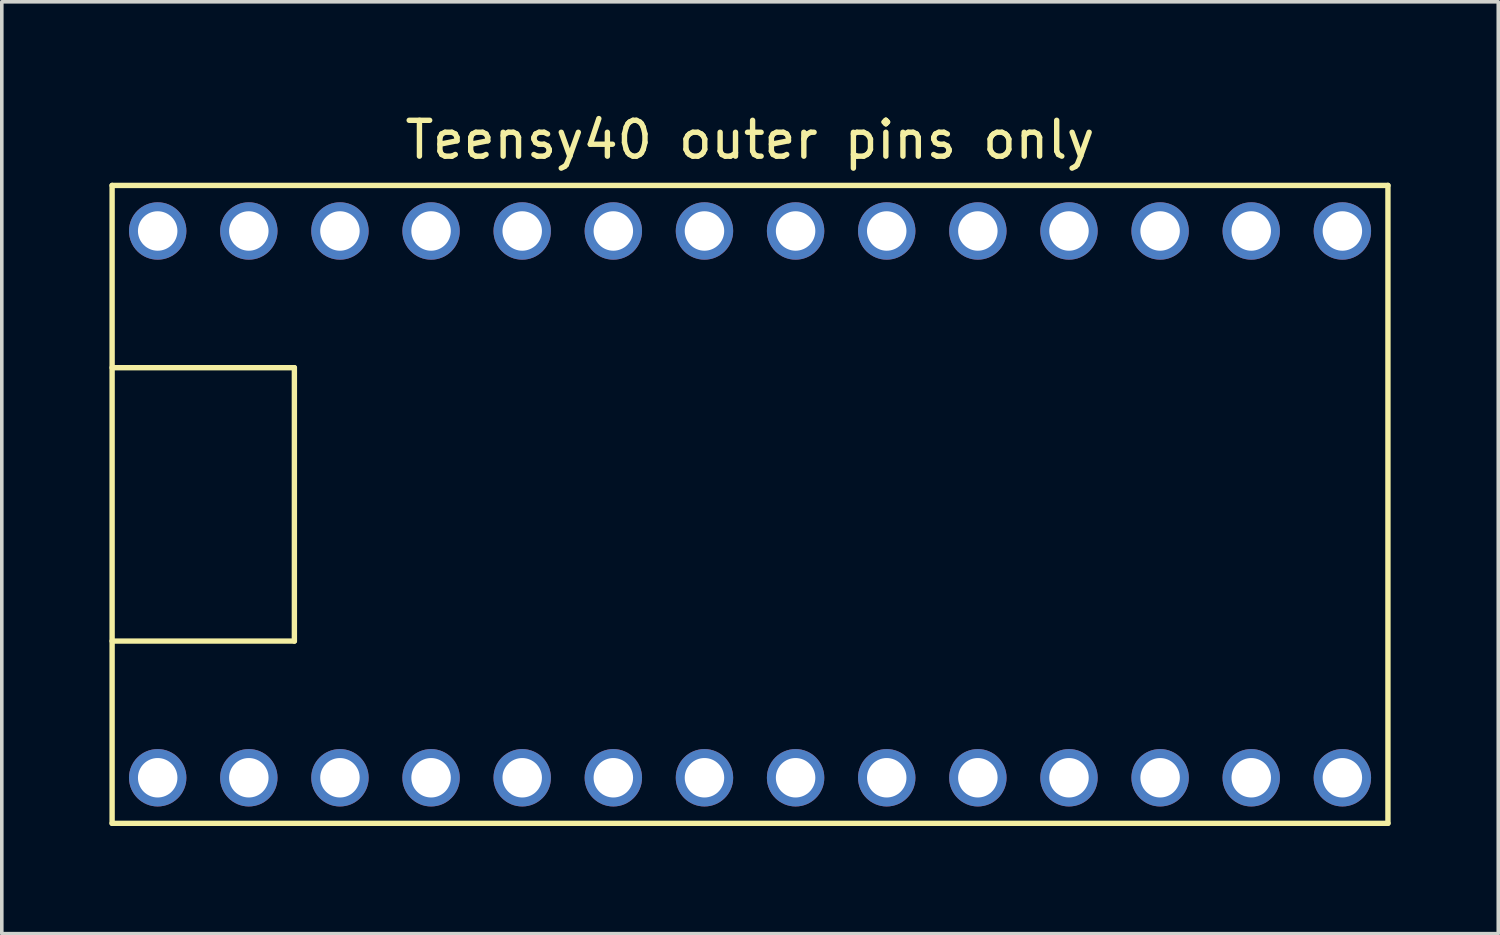
<source format=kicad_pcb>
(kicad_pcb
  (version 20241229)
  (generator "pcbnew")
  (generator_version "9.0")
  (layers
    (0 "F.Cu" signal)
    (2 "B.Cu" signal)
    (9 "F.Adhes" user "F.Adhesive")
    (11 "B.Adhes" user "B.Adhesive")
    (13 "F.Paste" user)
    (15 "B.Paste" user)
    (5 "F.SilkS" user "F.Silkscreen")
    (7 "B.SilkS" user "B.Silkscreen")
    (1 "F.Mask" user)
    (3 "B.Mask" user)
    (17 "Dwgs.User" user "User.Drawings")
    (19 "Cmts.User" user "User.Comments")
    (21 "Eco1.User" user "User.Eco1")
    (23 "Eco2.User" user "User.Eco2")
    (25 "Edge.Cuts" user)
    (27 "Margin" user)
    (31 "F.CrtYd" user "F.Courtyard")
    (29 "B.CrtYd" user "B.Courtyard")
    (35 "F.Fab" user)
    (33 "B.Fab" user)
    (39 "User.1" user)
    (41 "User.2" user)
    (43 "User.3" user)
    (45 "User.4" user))
  (footprint "Teensy40 outer pins only"
    (layer "F.Cu")
    (at 17.855 11.008)
    (property "Reference" "Teensy40 outer pins only" (at 0 -10.16 0) (layer "F.SilkS") (effects (font (size 1 1) (thickness 0.15))))
    (attr through_hole)
    (fp_line (start -17.78 -8.89) (end 17.78 -8.89) (stroke (width 0.15) (type solid)) (layer "F.SilkS"))
    (fp_line (start -17.78 8.89) (end -17.78 -8.89) (stroke (width 0.15) (type solid)) (layer "F.SilkS"))
    (fp_line (start -12.7 -3.81) (end -17.78 -3.81) (stroke (width 0.15) (type solid)) (layer "F.SilkS"))
    (fp_line (start -12.7 3.81) (end -17.78 3.81) (stroke (width 0.15) (type solid)) (layer "F.SilkS"))
    (fp_line (start -12.7 3.81) (end -12.7 -3.81) (stroke (width 0.15) (type solid)) (layer "F.SilkS"))
    (fp_line (start 17.78 -8.89) (end 17.78 8.89) (stroke (width 0.15) (type solid)) (layer "F.SilkS"))
    (fp_line (start 17.78 8.89) (end -17.78 8.89) (stroke (width 0.15) (type solid)) (layer "F.SilkS"))
    (fp_line (start -5.715 -5.08) (end -5.715 5.08) (stroke (width 0.15) (type solid)) (layer "User.1"))
    (fp_line (start 4.445 -5.08) (end -5.715 -5.08) (stroke (width 0.15) (type solid)) (layer "User.1"))
    (fp_line (start 4.445 5.08) (end -5.715 5.08) (stroke (width 0.15) (type solid)) (layer "User.1"))
    (fp_line (start 4.445 5.08) (end 4.445 -5.08) (stroke (width 0.15) (type solid)) (layer "User.1"))
    (fp_line (start 5.08 -5.08) (end 7.62 -5.08) (stroke (width 0.15) (type solid)) (layer "User.1"))
    (fp_line (start 5.08 -1.905) (end 5.08 -5.08) (stroke (width 0.15) (type solid)) (layer "User.1"))
    (fp_line (start 7.62 -5.08) (end 7.62 -1.905) (stroke (width 0.15) (type solid)) (layer "User.1"))
    (fp_line (start 7.62 -1.905) (end 5.08 -1.905) (stroke (width 0.15) (type solid)) (layer "User.1"))
    (fp_line (start 10.16 -1.27) (end 14.732 -1.27) (stroke (width 0.15) (type solid)) (layer "User.1"))
    (fp_line (start 10.16 1.27) (end 10.16 -1.27) (stroke (width 0.15) (type solid)) (layer "User.1"))
    (fp_line (start 14.732 -1.27) (end 14.732 1.27) (stroke (width 0.15) (type solid)) (layer "User.1"))
    (fp_line (start 14.732 1.27) (end 10.16 1.27) (stroke (width 0.15) (type solid)) (layer "User.1"))
    (fp_poly (pts (xy -3.937 0.127) (xy -3.683 -0.127) (xy -3.429 0.254) (xy -3.683 0.508)) (stroke (width 0.1) (type solid)) (fill no) (layer "User.1"))
    (fp_poly (pts (xy -3.556 -0.254) (xy -3.302 -0.508) (xy -3.048 -0.127) (xy -3.302 0.127)) (stroke (width 0.1) (type solid)) (fill no) (layer "User.1"))
    (fp_poly (pts (xy -3.175 -0.635) (xy -2.921 -0.889) (xy -2.667 -0.508) (xy -2.921 -0.254)) (stroke (width 0.1) (type solid)) (fill no) (layer "User.1"))
    (fp_poly (pts (xy -2.794 -0.127) (xy -2.54 -0.381) (xy -2.286 0) (xy -2.54 0.254)) (stroke (width 0.1) (type solid)) (fill no) (layer "User.1"))
    (fp_poly (pts (xy -2.413 -0.508) (xy -2.159 -0.762) (xy -1.905 -0.381) (xy -2.159 -0.127)) (stroke (width 0.1) (type solid)) (fill no) (layer "User.1"))
    (fp_poly (pts (xy -2.413 0.381) (xy -2.159 0.127) (xy -1.905 0.508) (xy -2.159 0.762)) (stroke (width 0.1) (type solid)) (fill no) (layer "User.1"))
    (fp_poly (pts (xy -2.032 0) (xy -1.778 -0.254) (xy -1.524 0.127) (xy -1.778 0.381)) (stroke (width 0.1) (type solid)) (fill no) (layer "User.1"))
    (fp_poly (pts (xy -1.651 0.508) (xy -1.397 0.254) (xy -1.143 0.635) (xy -1.397 0.889)) (stroke (width 0.1) (type solid)) (fill no) (layer "User.1"))
    (fp_text user "DVL6A" (at 1.778 0 90) (layer "User.1") (effects (font (size 0.7 0.7) (thickness 0.15))))
    (fp_text user "MIMXRT1062" (at 0.254 0 90) (layer "User.1") (effects (font (size 0.7 0.7) (thickness 0.15))))
    (pad "0" thru_hole circle (at -13.97 7.62) (size 1.6 1.6) (drill 1.1) (layers "*.Cu" "*.Mask"))
    (pad "1" thru_hole circle (at -11.43 7.62) (size 1.6 1.6) (drill 1.1) (layers "*.Cu" "*.Mask"))
    (pad "2" thru_hole circle (at -8.89 7.62) (size 1.6 1.6) (drill 1.1) (layers "*.Cu" "*.Mask"))
    (pad "3" thru_hole circle (at -6.35 7.62) (size 1.6 1.6) (drill 1.1) (layers "*.Cu" "*.Mask"))
    (pad "4" thru_hole circle (at -3.81 7.62) (size 1.6 1.6) (drill 1.1) (layers "*.Cu" "*.Mask"))
    (pad "5" thru_hole circle (at -1.27 7.62) (size 1.6 1.6) (drill 1.1) (layers "*.Cu" "*.Mask"))
    (pad "6" thru_hole circle (at 1.27 7.62) (size 1.6 1.6) (drill 1.1) (layers "*.Cu" "*.Mask"))
    (pad "7" thru_hole circle (at 3.81 7.62) (size 1.6 1.6) (drill 1.1) (layers "*.Cu" "*.Mask"))
    (pad "8" thru_hole circle (at 6.35 7.62) (size 1.6 1.6) (drill 1.1) (layers "*.Cu" "*.Mask"))
    (pad "9" thru_hole circle (at 8.89 7.62) (size 1.6 1.6) (drill 1.1) (layers "*.Cu" "*.Mask"))
    (pad "10" thru_hole circle (at 11.43 7.62) (size 1.6 1.6) (drill 1.1) (layers "*.Cu" "*.Mask"))
    (pad "11" thru_hole circle (at 13.97 7.62) (size 1.6 1.6) (drill 1.1) (layers "*.Cu" "*.Mask"))
    (pad "12" thru_hole circle (at 16.51 7.62) (size 1.6 1.6) (drill 1.1) (layers "*.Cu" "*.Mask"))
    (pad "13" thru_hole circle (at 16.51 -7.62) (size 1.6 1.6) (drill 1.1) (layers "*.Cu" "*.Mask"))
    (pad "14" thru_hole circle (at 13.97 -7.62) (size 1.6 1.6) (drill 1.1) (layers "*.Cu" "*.Mask"))
    (pad "15" thru_hole circle (at 11.43 -7.62) (size 1.6 1.6) (drill 1.1) (layers "*.Cu" "*.Mask"))
    (pad "16" thru_hole circle (at 8.89 -7.62) (size 1.6 1.6) (drill 1.1) (layers "*.Cu" "*.Mask"))
    (pad "17" thru_hole circle (at 6.35 -7.62) (size 1.6 1.6) (drill 1.1) (layers "*.Cu" "*.Mask"))
    (pad "18" thru_hole circle (at 3.81 -7.62) (size 1.6 1.6) (drill 1.1) (layers "*.Cu" "*.Mask"))
    (pad "19" thru_hole circle (at 1.27 -7.62) (size 1.6 1.6) (drill 1.1) (layers "*.Cu" "*.Mask"))
    (pad "20" thru_hole circle (at -1.27 -7.62) (size 1.6 1.6) (drill 1.1) (layers "*.Cu" "*.Mask"))
    (pad "21" thru_hole circle (at -3.81 -7.62) (size 1.6 1.6) (drill 1.1) (layers "*.Cu" "*.Mask"))
    (pad "22" thru_hole circle (at -6.35 -7.62) (size 1.6 1.6) (drill 1.1) (layers "*.Cu" "*.Mask"))
    (pad "23" thru_hole circle (at -8.89 -7.62) (size 1.6 1.6) (drill 1.1) (layers "*.Cu" "*.Mask"))
    (pad "24" thru_hole circle (at -11.43 -7.62) (size 1.6 1.6) (drill 1.1) (layers "*.Cu" "*.Mask"))
    (pad "25" thru_hole circle (at -13.97 -7.62) (size 1.6 1.6) (drill 1.1) (layers "*.Cu" "*.Mask"))
    (pad "26" thru_hole circle (at -16.51 -7.62) (size 1.6 1.6) (drill 1.1) (layers "*.Cu" "*.Mask"))
    (pad "27" thru_hole circle (at -16.51 7.62) (size 1.6 1.6) (drill 1.1) (layers "*.Cu" "*.Mask")))
  (gr_rect
    (start -3 -3)
    (end 38.71 22.973)
    (stroke (width 0.1) (type default))
    (fill no)
    (layer "Edge.Cuts")))
</source>
